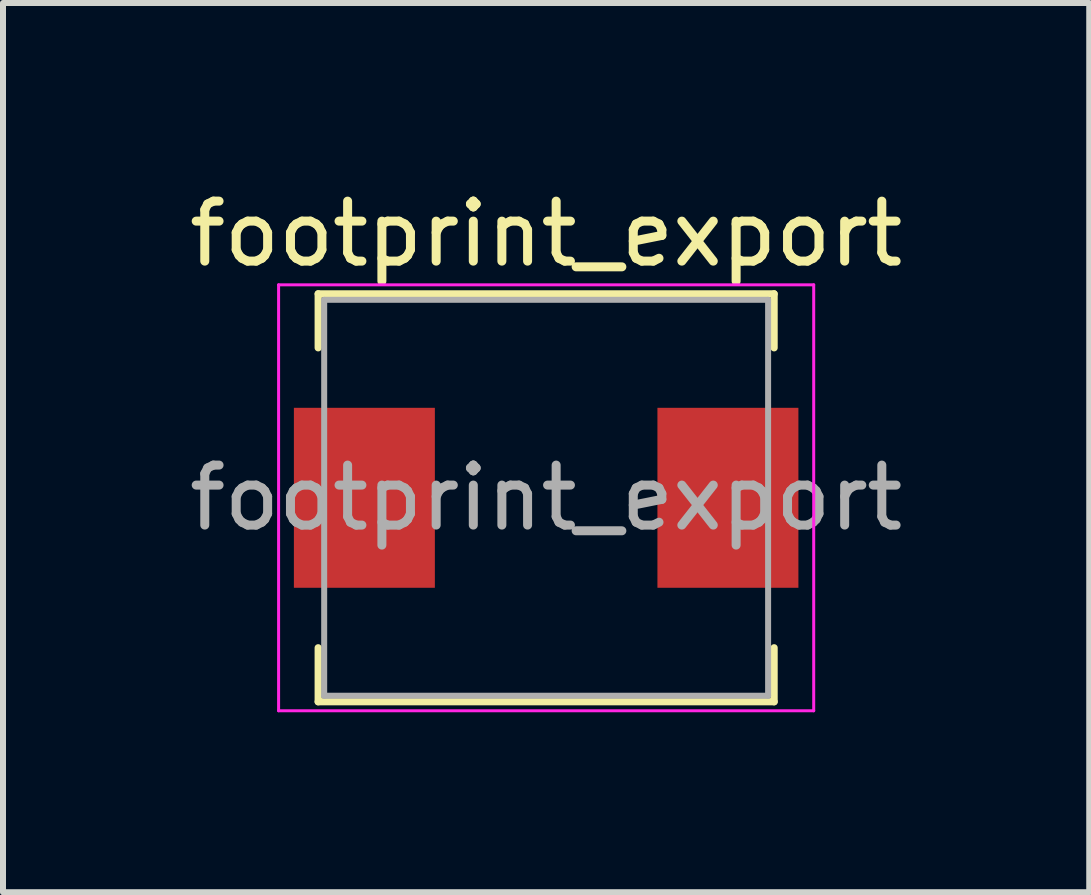
<source format=kicad_pcb>
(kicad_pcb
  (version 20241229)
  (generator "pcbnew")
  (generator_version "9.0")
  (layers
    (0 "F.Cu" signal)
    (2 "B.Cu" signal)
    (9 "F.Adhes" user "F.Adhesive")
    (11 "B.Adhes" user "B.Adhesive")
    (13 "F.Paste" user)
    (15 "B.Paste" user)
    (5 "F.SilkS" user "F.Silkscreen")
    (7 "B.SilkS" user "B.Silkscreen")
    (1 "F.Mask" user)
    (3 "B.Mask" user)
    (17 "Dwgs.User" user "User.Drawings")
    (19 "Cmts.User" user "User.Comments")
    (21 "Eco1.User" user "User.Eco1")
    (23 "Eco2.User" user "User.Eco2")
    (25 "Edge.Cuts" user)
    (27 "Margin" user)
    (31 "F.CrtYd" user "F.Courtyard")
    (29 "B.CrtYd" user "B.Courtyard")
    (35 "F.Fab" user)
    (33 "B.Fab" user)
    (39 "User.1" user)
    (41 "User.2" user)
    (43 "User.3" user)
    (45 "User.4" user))
  (footprint "footprint_export"
    (layer "F.Cu")
    (at 6.054 5.248)
    (property "Reference" "footprint_export" (at 0 -4.4 0) (layer "F.SilkS") (effects (font (size 1 1) (thickness 0.15))))
    (attr smd)
    (fp_line (start -3.8 -3.4) (end -3.8 -2.5) (stroke (width 0.12) (type solid)) (layer "F.SilkS"))
    (fp_line (start -3.8 2.5) (end -3.8 3.4) (stroke (width 0.12) (type solid)) (layer "F.SilkS"))
    (fp_line (start -3.8 3.4) (end 3.8 3.4) (stroke (width 0.12) (type solid)) (layer "F.SilkS"))
    (fp_line (start 3.8 -3.4) (end -3.8 -3.4) (stroke (width 0.12) (type solid)) (layer "F.SilkS"))
    (fp_line (start 3.8 -2.5) (end 3.8 -3.4) (stroke (width 0.12) (type solid)) (layer "F.SilkS"))
    (fp_line (start 3.8 3.4) (end 3.8 2.5) (stroke (width 0.12) (type solid)) (layer "F.SilkS"))
    (fp_line (start -4.46 -3.55) (end -4.46 3.55) (stroke (width 0.05) (type solid)) (layer "F.CrtYd"))
    (fp_line (start -4.46 -3.55) (end 4.46 -3.55) (stroke (width 0.05) (type solid)) (layer "F.CrtYd"))
    (fp_line (start 4.46 3.55) (end -4.46 3.55) (stroke (width 0.05) (type solid)) (layer "F.CrtYd"))
    (fp_line (start 4.46 3.55) (end 4.46 -3.55) (stroke (width 0.05) (type solid)) (layer "F.CrtYd"))
    (fp_line (start -3.7 -3.3) (end 3.7 -3.3) (stroke (width 0.1) (type solid)) (layer "F.Fab"))
    (fp_line (start -3.7 3.3) (end -3.7 -3.3) (stroke (width 0.1) (type solid)) (layer "F.Fab"))
    (fp_line (start 3.7 -3.3) (end 3.7 3.3) (stroke (width 0.1) (type solid)) (layer "F.Fab"))
    (fp_line (start 3.7 3.3) (end -3.7 3.3) (stroke (width 0.1) (type solid)) (layer "F.Fab"))
    (fp_text user "${REFERENCE}" (at 0 0 0) (layer "F.Fab") (effects (font (size 1 1) (thickness 0.15))))
    (pad "1" smd rect (at -3.03 0) (size 2.35 3) (layers "F.Cu" "F.Mask" "F.Paste"))
    (pad "2" smd rect (at 3.03 0) (size 2.35 3) (layers "F.Cu" "F.Mask" "F.Paste")))
  (gr_rect
    (start -3 -3)
    (end 15.107 11.823)
    (stroke (width 0.1) (type default))
    (fill no)
    (layer "Edge.Cuts")))
</source>
